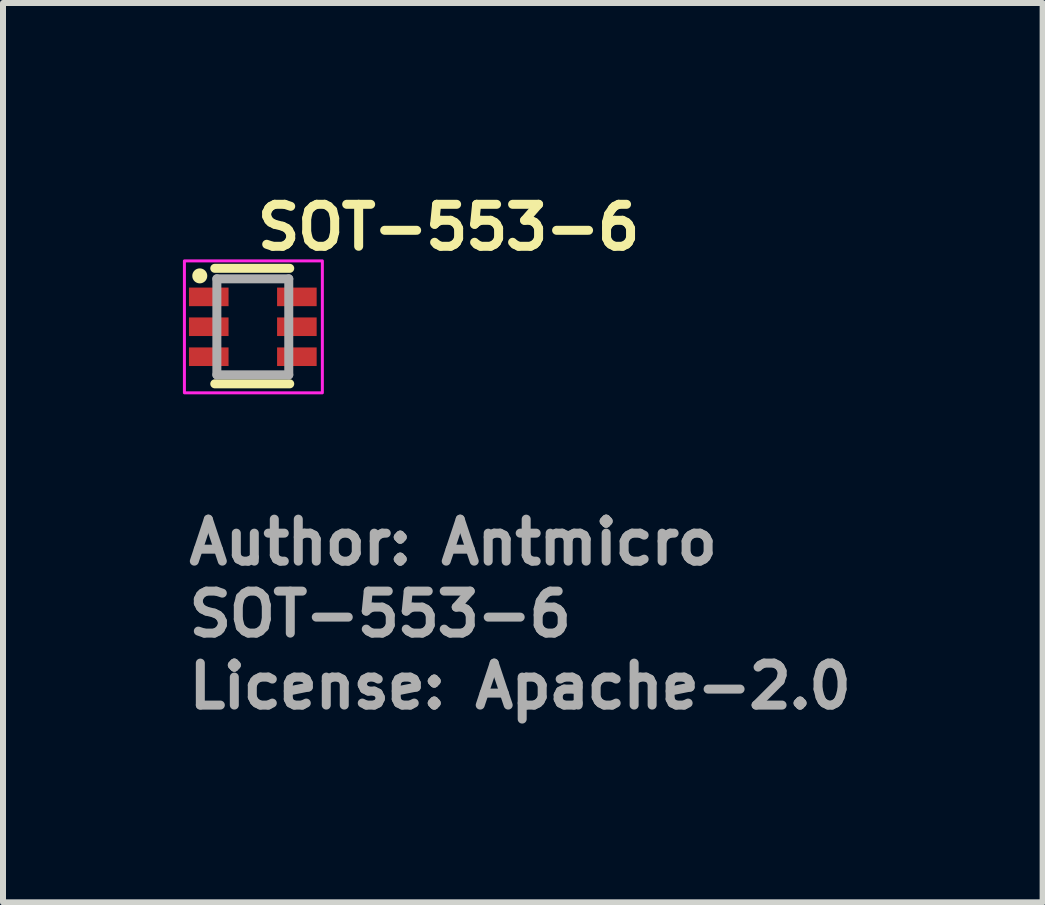
<source format=kicad_pcb>
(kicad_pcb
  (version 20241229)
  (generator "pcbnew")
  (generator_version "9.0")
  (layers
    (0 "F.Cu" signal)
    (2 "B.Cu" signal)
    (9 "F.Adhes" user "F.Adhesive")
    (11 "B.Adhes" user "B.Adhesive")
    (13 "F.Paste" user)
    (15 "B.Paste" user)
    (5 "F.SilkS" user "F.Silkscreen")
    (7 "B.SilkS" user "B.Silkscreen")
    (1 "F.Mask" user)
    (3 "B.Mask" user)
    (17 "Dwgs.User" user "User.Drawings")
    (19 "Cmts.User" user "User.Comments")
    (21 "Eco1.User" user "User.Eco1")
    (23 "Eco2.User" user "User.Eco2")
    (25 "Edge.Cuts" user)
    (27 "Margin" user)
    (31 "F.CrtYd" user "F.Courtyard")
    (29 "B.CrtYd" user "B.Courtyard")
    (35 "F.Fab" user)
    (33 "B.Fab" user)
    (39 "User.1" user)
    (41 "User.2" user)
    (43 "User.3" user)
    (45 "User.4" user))
  (footprint "SOT-553-6"
    (layer "F.Cu")
    (at 1.165 2.4)
    (property "Reference" "SOT-553-6" (at 0 -1.25 0) (layer "F.SilkS") (effects (font (size 0.7 0.7) (thickness 0.15)) (justify left bottom)))
    (attr smd)
    (fp_line (start -0.634 -0.976) (end 0.616 -0.976) (stroke (width 0.15) (type solid)) (layer "F.SilkS"))
    (fp_line (start -0.634 0.95) (end 0.616 0.95) (stroke (width 0.15) (type solid)) (layer "F.SilkS"))
    (fp_circle (center -0.884 -0.85) (end -0.834 -0.85) (stroke (width 0.15) (type solid)) (fill yes) (layer "F.SilkS"))
    (fp_rect (start -1.14 -1.1) (end 1.16 1.1) (stroke (width 0.05) (type solid)) (fill no) (layer "F.CrtYd"))
    (fp_line (start -0.599 -0.801) (end 0.6 -0.801) (stroke (width 0.15) (type solid)) (layer "F.Fab"))
    (fp_line (start -0.599 0.8) (end -0.599 -0.801) (stroke (width 0.15) (type solid)) (layer "F.Fab"))
    (fp_line (start 0.6 -0.801) (end 0.6 0.8) (stroke (width 0.15) (type solid)) (layer "F.Fab"))
    (fp_line (start 0.6 0.8) (end -0.599 0.8) (stroke (width 0.15) (type solid)) (layer "F.Fab"))
    (fp_rect (start -0.801 -0.801) (end 0.8 0.8) (stroke (width 0.1) (type solid)) (fill no) (layer "User.5"))
    (fp_line (start -0.801 -0.605) (end -0.801 -0.396) (stroke (width 0.02) (type solid)) (layer "User.9"))
    (fp_line (start -0.801 -0.396) (end -0.594 -0.396) (stroke (width 0.02) (type solid)) (layer "User.9"))
    (fp_line (start -0.801 -0.105) (end -0.801 0.103) (stroke (width 0.02) (type solid)) (layer "User.9"))
    (fp_line (start -0.801 0.103) (end -0.594 0.103) (stroke (width 0.02) (type solid)) (layer "User.9"))
    (fp_line (start -0.801 0.393) (end -0.801 0.604) (stroke (width 0.02) (type solid)) (layer "User.9"))
    (fp_line (start -0.801 0.604) (end -0.594 0.604) (stroke (width 0.02) (type solid)) (layer "User.9"))
    (fp_line (start -0.599 -0.738) (end -0.599 -0.734) (stroke (width 0.02) (type solid)) (layer "User.9"))
    (fp_line (start -0.599 -0.734) (end -0.599 -0.73) (stroke (width 0.02) (type solid)) (layer "User.9"))
    (fp_line (start -0.599 -0.73) (end -0.599 -0.726) (stroke (width 0.02) (type solid)) (layer "User.9"))
    (fp_line (start -0.599 -0.726) (end -0.599 -0.605) (stroke (width 0.02) (type solid)) (layer "User.9"))
    (fp_line (start -0.599 -0.396) (end -0.599 -0.105) (stroke (width 0.02) (type solid)) (layer "User.9"))
    (fp_line (start -0.599 0.103) (end -0.599 0.393) (stroke (width 0.02) (type solid)) (layer "User.9"))
    (fp_line (start -0.599 0.604) (end -0.599 0.725) (stroke (width 0.02) (type solid)) (layer "User.9"))
    (fp_line (start -0.599 0.725) (end -0.599 0.727) (stroke (width 0.02) (type solid)) (layer "User.9"))
    (fp_line (start -0.599 0.727) (end -0.599 0.731) (stroke (width 0.02) (type solid)) (layer "User.9"))
    (fp_line (start -0.599 0.731) (end -0.599 0.735) (stroke (width 0.02) (type solid)) (layer "User.9"))
    (fp_line (start -0.599 0.735) (end -0.598 0.739) (stroke (width 0.02) (type solid)) (layer "User.9"))
    (fp_line (start -0.598 -0.74) (end -0.599 -0.738) (stroke (width 0.02) (type solid)) (layer "User.9"))
    (fp_line (start -0.598 0.739) (end -0.597 0.743) (stroke (width 0.02) (type solid)) (layer "User.9"))
    (fp_line (start -0.597 -0.744) (end -0.598 -0.74) (stroke (width 0.02) (type solid)) (layer "User.9"))
    (fp_line (start -0.597 0.743) (end -0.596 0.745) (stroke (width 0.02) (type solid)) (layer "User.9"))
    (fp_line (start -0.596 -0.747) (end -0.597 -0.744) (stroke (width 0.02) (type solid)) (layer "User.9"))
    (fp_line (start -0.596 0.745) (end -0.595 0.749) (stroke (width 0.02) (type solid)) (layer "User.9"))
    (fp_line (start -0.595 -0.751) (end -0.596 -0.747) (stroke (width 0.02) (type solid)) (layer "User.9"))
    (fp_line (start -0.595 0.749) (end -0.594 0.753) (stroke (width 0.02) (type solid)) (layer "User.9"))
    (fp_line (start -0.594 -0.754) (end -0.595 -0.751) (stroke (width 0.02) (type solid)) (layer "User.9"))
    (fp_line (start -0.594 -0.605) (end -0.801 -0.605) (stroke (width 0.02) (type solid)) (layer "User.9"))
    (fp_line (start -0.594 -0.605) (end -0.594 -0.396) (stroke (width 0.02) (type solid)) (layer "User.9"))
    (fp_line (start -0.594 -0.105) (end -0.801 -0.105) (stroke (width 0.02) (type solid)) (layer "User.9"))
    (fp_line (start -0.594 -0.105) (end -0.594 0.103) (stroke (width 0.02) (type solid)) (layer "User.9"))
    (fp_line (start -0.594 0.393) (end -0.801 0.393) (stroke (width 0.02) (type solid)) (layer "User.9"))
    (fp_line (start -0.594 0.393) (end -0.594 0.604) (stroke (width 0.02) (type solid)) (layer "User.9"))
    (fp_line (start -0.594 0.753) (end -0.592 0.757) (stroke (width 0.02) (type solid)) (layer "User.9"))
    (fp_line (start -0.592 -0.759) (end -0.594 -0.754) (stroke (width 0.02) (type solid)) (layer "User.9"))
    (fp_line (start -0.592 0.757) (end -0.591 0.759) (stroke (width 0.02) (type solid)) (layer "User.9"))
    (fp_line (start -0.591 -0.762) (end -0.592 -0.759) (stroke (width 0.02) (type solid)) (layer "User.9"))
    (fp_line (start -0.591 0.759) (end -0.59 0.763) (stroke (width 0.02) (type solid)) (layer "User.9"))
    (fp_line (start -0.59 -0.765) (end -0.591 -0.762) (stroke (width 0.02) (type solid)) (layer "User.9"))
    (fp_line (start -0.59 0.763) (end -0.588 0.765) (stroke (width 0.02) (type solid)) (layer "User.9"))
    (fp_line (start -0.588 -0.768) (end -0.59 -0.765) (stroke (width 0.02) (type solid)) (layer "User.9"))
    (fp_line (start -0.588 0.765) (end -0.586 0.769) (stroke (width 0.02) (type solid)) (layer "User.9"))
    (fp_line (start -0.586 -0.771) (end -0.588 -0.768) (stroke (width 0.02) (type solid)) (layer "User.9"))
    (fp_line (start -0.586 0.769) (end -0.584 0.771) (stroke (width 0.02) (type solid)) (layer "User.9"))
    (fp_line (start -0.584 -0.774) (end -0.586 -0.771) (stroke (width 0.02) (type solid)) (layer "User.9"))
    (fp_line (start -0.584 0.771) (end -0.581 0.775) (stroke (width 0.02) (type solid)) (layer "User.9"))
    (fp_line (start -0.581 -0.777) (end -0.584 -0.774) (stroke (width 0.02) (type solid)) (layer "User.9"))
    (fp_line (start -0.581 0.775) (end -0.579 0.777) (stroke (width 0.02) (type solid)) (layer "User.9"))
    (fp_line (start -0.579 -0.78) (end -0.581 -0.777) (stroke (width 0.02) (type solid)) (layer "User.9"))
    (fp_line (start -0.579 -0.78) (end -0.579 -0.78) (stroke (width 0.02) (type solid)) (layer "User.9"))
    (fp_line (start -0.579 0.777) (end -0.579 0.777) (stroke (width 0.02) (type solid)) (layer "User.9"))
    (fp_line (start -0.579 0.777) (end -0.576 0.78) (stroke (width 0.02) (type solid)) (layer "User.9"))
    (fp_line (start -0.576 -0.782) (end -0.579 -0.78) (stroke (width 0.02) (type solid)) (layer "User.9"))
    (fp_line (start -0.576 0.78) (end -0.572 0.782) (stroke (width 0.02) (type solid)) (layer "User.9"))
    (fp_line (start -0.572 -0.785) (end -0.576 -0.782) (stroke (width 0.02) (type solid)) (layer "User.9"))
    (fp_line (start -0.572 0.782) (end -0.569 0.784) (stroke (width 0.02) (type solid)) (layer "User.9"))
    (fp_line (start -0.569 -0.787) (end -0.572 -0.785) (stroke (width 0.02) (type solid)) (layer "User.9"))
    (fp_line (start -0.569 0.784) (end -0.566 0.786) (stroke (width 0.02) (type solid)) (layer "User.9"))
    (fp_line (start -0.566 -0.789) (end -0.569 -0.787) (stroke (width 0.02) (type solid)) (layer "User.9"))
    (fp_line (start -0.566 0.786) (end -0.563 0.788) (stroke (width 0.02) (type solid)) (layer "User.9"))
    (fp_line (start -0.563 -0.79) (end -0.566 -0.789) (stroke (width 0.02) (type solid)) (layer "User.9"))
    (fp_line (start -0.563 0.788) (end -0.561 0.79) (stroke (width 0.02) (type solid)) (layer "User.9"))
    (fp_line (start -0.561 -0.792) (end -0.563 -0.79) (stroke (width 0.02) (type solid)) (layer "User.9"))
    (fp_line (start -0.561 -0.736) (end -0.561 -0.734) (stroke (width 0.02) (type solid)) (layer "User.9"))
    (fp_line (start -0.561 -0.734) (end -0.561 -0.732) (stroke (width 0.02) (type solid)) (layer "User.9"))
    (fp_line (start -0.561 -0.732) (end -0.561 -0.73) (stroke (width 0.02) (type solid)) (layer "User.9"))
    (fp_line (start -0.561 -0.73) (end -0.561 -0.728) (stroke (width 0.02) (type solid)) (layer "User.9"))
    (fp_line (start -0.561 -0.728) (end -0.561 -0.726) (stroke (width 0.02) (type solid)) (layer "User.9"))
    (fp_line (start -0.561 -0.726) (end -0.561 0.725) (stroke (width 0.02) (type solid)) (layer "User.9"))
    (fp_line (start -0.561 0.725) (end -0.561 0.725) (stroke (width 0.02) (type solid)) (layer "User.9"))
    (fp_line (start -0.561 0.725) (end -0.561 0.727) (stroke (width 0.02) (type solid)) (layer "User.9"))
    (fp_line (start -0.561 0.727) (end -0.561 0.729) (stroke (width 0.02) (type solid)) (layer "User.9"))
    (fp_line (start -0.561 0.729) (end -0.561 0.731) (stroke (width 0.02) (type solid)) (layer "User.9"))
    (fp_line (start -0.561 0.731) (end -0.561 0.733) (stroke (width 0.02) (type solid)) (layer "User.9"))
    (fp_line (start -0.561 0.733) (end -0.559 0.735) (stroke (width 0.02) (type solid)) (layer "User.9"))
    (fp_line (start -0.561 0.79) (end -0.559 0.792) (stroke (width 0.02) (type solid)) (layer "User.9"))
    (fp_line (start -0.559 -0.793) (end -0.561 -0.792) (stroke (width 0.02) (type solid)) (layer "User.9"))
    (fp_line (start -0.559 -0.743) (end -0.559 -0.741) (stroke (width 0.02) (type solid)) (layer "User.9"))
    (fp_line (start -0.559 -0.741) (end -0.559 -0.74) (stroke (width 0.02) (type solid)) (layer "User.9"))
    (fp_line (start -0.559 -0.74) (end -0.559 -0.739) (stroke (width 0.02) (type solid)) (layer "User.9"))
    (fp_line (start -0.559 -0.739) (end -0.559 -0.737) (stroke (width 0.02) (type solid)) (layer "User.9"))
    (fp_line (start -0.559 -0.737) (end -0.561 -0.736) (stroke (width 0.02) (type solid)) (layer "User.9"))
    (fp_line (start -0.559 0.735) (end -0.559 0.737) (stroke (width 0.02) (type solid)) (layer "User.9"))
    (fp_line (start -0.559 0.737) (end -0.559 0.739) (stroke (width 0.02) (type solid)) (layer "User.9"))
    (fp_line (start -0.559 0.739) (end -0.559 0.739) (stroke (width 0.02) (type solid)) (layer "User.9"))
    (fp_line (start -0.559 0.739) (end -0.559 0.741) (stroke (width 0.02) (type solid)) (layer "User.9"))
    (fp_line (start -0.559 0.741) (end -0.557 0.743) (stroke (width 0.02) (type solid)) (layer "User.9"))
    (fp_line (start -0.559 0.792) (end -0.555 0.794) (stroke (width 0.02) (type solid)) (layer "User.9"))
    (fp_line (start -0.557 -0.746) (end -0.557 -0.744) (stroke (width 0.02) (type solid)) (layer "User.9"))
    (fp_line (start -0.557 -0.744) (end -0.559 -0.743) (stroke (width 0.02) (type solid)) (layer "User.9"))
    (fp_line (start -0.557 0.743) (end -0.557 0.745) (stroke (width 0.02) (type solid)) (layer "User.9"))
    (fp_line (start -0.557 0.745) (end -0.555 0.745) (stroke (width 0.02) (type solid)) (layer "User.9"))
    (fp_line (start -0.555 -0.795) (end -0.559 -0.793) (stroke (width 0.02) (type solid)) (layer "User.9"))
    (fp_line (start -0.555 -0.749) (end -0.555 -0.747) (stroke (width 0.02) (type solid)) (layer "User.9"))
    (fp_line (start -0.555 -0.747) (end -0.557 -0.746) (stroke (width 0.02) (type solid)) (layer "User.9"))
    (fp_line (start -0.555 0.745) (end -0.555 0.747) (stroke (width 0.02) (type solid)) (layer "User.9"))
    (fp_line (start -0.555 0.747) (end -0.553 0.749) (stroke (width 0.02) (type solid)) (layer "User.9"))
    (fp_line (start -0.555 0.794) (end -0.551 0.794) (stroke (width 0.02) (type solid)) (layer "User.9"))
    (fp_line (start -0.553 -0.75) (end -0.555 -0.749) (stroke (width 0.02) (type solid)) (layer "User.9"))
    (fp_line (start -0.553 0.749) (end -0.551 0.749) (stroke (width 0.02) (type solid)) (layer "User.9"))
    (fp_line (start -0.551 -0.796) (end -0.555 -0.795) (stroke (width 0.02) (type solid)) (layer "User.9"))
    (fp_line (start -0.551 -0.753) (end -0.551 -0.751) (stroke (width 0.02) (type solid)) (layer "User.9"))
    (fp_line (start -0.551 -0.751) (end -0.553 -0.75) (stroke (width 0.02) (type solid)) (layer "User.9"))
    (fp_line (start -0.551 0.749) (end -0.551 0.751) (stroke (width 0.02) (type solid)) (layer "User.9"))
    (fp_line (start -0.551 0.751) (end -0.549 0.753) (stroke (width 0.02) (type solid)) (layer "User.9"))
    (fp_line (start -0.551 0.794) (end -0.547 0.796) (stroke (width 0.02) (type solid)) (layer "User.9"))
    (fp_line (start -0.549 -0.754) (end -0.551 -0.753) (stroke (width 0.02) (type solid)) (layer "User.9"))
    (fp_line (start -0.549 0.753) (end -0.547 0.753) (stroke (width 0.02) (type solid)) (layer "User.9"))
    (fp_line (start -0.547 -0.797) (end -0.551 -0.796) (stroke (width 0.02) (type solid)) (layer "User.9"))
    (fp_line (start -0.547 -0.756) (end -0.547 -0.755) (stroke (width 0.02) (type solid)) (layer "User.9"))
    (fp_line (start -0.547 -0.755) (end -0.549 -0.754) (stroke (width 0.02) (type solid)) (layer "User.9"))
    (fp_line (start -0.547 0.753) (end -0.547 0.755) (stroke (width 0.02) (type solid)) (layer "User.9"))
    (fp_line (start -0.547 0.755) (end -0.545 0.755) (stroke (width 0.02) (type solid)) (layer "User.9"))
    (fp_line (start -0.547 0.796) (end -0.545 0.796) (stroke (width 0.02) (type solid)) (layer "User.9"))
    (fp_line (start -0.545 -0.798) (end -0.547 -0.797) (stroke (width 0.02) (type solid)) (layer "User.9"))
    (fp_line (start -0.545 -0.758) (end -0.547 -0.756) (stroke (width 0.02) (type solid)) (layer "User.9"))
    (fp_line (start -0.545 0.755) (end -0.543 0.757) (stroke (width 0.02) (type solid)) (layer "User.9"))
    (fp_line (start -0.545 0.796) (end -0.539 0.798) (stroke (width 0.02) (type solid)) (layer "User.9"))
    (fp_line (start -0.543 -0.759) (end -0.545 -0.758) (stroke (width 0.02) (type solid)) (layer "User.9"))
    (fp_line (start -0.543 0.757) (end -0.541 0.757) (stroke (width 0.02) (type solid)) (layer "User.9"))
    (fp_line (start -0.541 -0.759) (end -0.543 -0.759) (stroke (width 0.02) (type solid)) (layer "User.9"))
    (fp_line (start -0.541 0.757) (end -0.539 0.757) (stroke (width 0.02) (type solid)) (layer "User.9"))
    (fp_line (start -0.539 -0.799) (end -0.545 -0.798) (stroke (width 0.02) (type solid)) (layer "User.9"))
    (fp_line (start -0.539 -0.76) (end -0.541 -0.759) (stroke (width 0.02) (type solid)) (layer "User.9"))
    (fp_line (start -0.539 0.757) (end -0.537 0.759) (stroke (width 0.02) (type solid)) (layer "User.9"))
    (fp_line (start -0.539 0.798) (end -0.537 0.798) (stroke (width 0.02) (type solid)) (layer "User.9"))
    (fp_line (start -0.537 -0.8) (end -0.539 -0.799) (stroke (width 0.02) (type solid)) (layer "User.9"))
    (fp_line (start -0.537 -0.761) (end -0.539 -0.76) (stroke (width 0.02) (type solid)) (layer "User.9"))
    (fp_line (start -0.537 0.759) (end -0.535 0.759) (stroke (width 0.02) (type solid)) (layer "User.9"))
    (fp_line (start -0.537 0.798) (end -0.533 0.798) (stroke (width 0.02) (type solid)) (layer "User.9"))
    (fp_line (start -0.535 -0.762) (end -0.535 -0.761) (stroke (width 0.02) (type solid)) (layer "User.9"))
    (fp_line (start -0.535 -0.761) (end -0.537 -0.761) (stroke (width 0.02) (type solid)) (layer "User.9"))
    (fp_line (start -0.535 0.759) (end -0.535 0.759) (stroke (width 0.02) (type solid)) (layer "User.9"))
    (fp_line (start -0.535 0.759) (end -0.533 0.759) (stroke (width 0.02) (type solid)) (layer "User.9"))
    (fp_line (start -0.533 -0.8) (end -0.537 -0.8) (stroke (width 0.02) (type solid)) (layer "User.9"))
    (fp_line (start -0.533 -0.762) (end -0.535 -0.762) (stroke (width 0.02) (type solid)) (layer "User.9"))
    (fp_line (start -0.533 0.759) (end -0.531 0.761) (stroke (width 0.02) (type solid)) (layer "User.9"))
    (fp_line (start -0.533 0.798) (end -0.529 0.798) (stroke (width 0.02) (type solid)) (layer "User.9"))
    (fp_line (start -0.531 -0.763) (end -0.533 -0.762) (stroke (width 0.02) (type solid)) (layer "User.9"))
    (fp_line (start -0.531 0.761) (end -0.529 0.761) (stroke (width 0.02) (type solid)) (layer "User.9"))
    (fp_line (start -0.529 -0.8) (end -0.533 -0.8) (stroke (width 0.02) (type solid)) (layer "User.9"))
    (fp_line (start -0.529 -0.763) (end -0.531 -0.763) (stroke (width 0.02) (type solid)) (layer "User.9"))
    (fp_line (start -0.529 0.761) (end -0.527 0.761) (stroke (width 0.02) (type solid)) (layer "User.9"))
    (fp_line (start -0.529 0.798) (end -0.527 0.8) (stroke (width 0.02) (type solid)) (layer "User.9"))
    (fp_line (start -0.527 -0.801) (end -0.529 -0.8) (stroke (width 0.02) (type solid)) (layer "User.9"))
    (fp_line (start -0.527 -0.763) (end -0.529 -0.763) (stroke (width 0.02) (type solid)) (layer "User.9"))
    (fp_line (start -0.527 -0.763) (end -0.527 -0.763) (stroke (width 0.02) (type solid)) (layer "User.9"))
    (fp_line (start -0.527 0.761) (end -0.527 0.761) (stroke (width 0.02) (type solid)) (layer "User.9"))
    (fp_line (start -0.527 0.761) (end 0.524 0.761) (stroke (width 0.02) (type solid)) (layer "User.9"))
    (fp_line (start -0.527 0.8) (end 0.524 0.8) (stroke (width 0.02) (type solid)) (layer "User.9"))
    (fp_line (start -0.467 -0.61) (end -0.467 -0.606) (stroke (width 0.02) (type solid)) (layer "User.9"))
    (fp_line (start -0.467 -0.61) (end -0.467 -0.606) (stroke (width 0.02) (type solid)) (layer "User.9"))
    (fp_line (start -0.467 -0.606) (end -0.467 -0.603) (stroke (width 0.02) (type solid)) (layer "User.9"))
    (fp_line (start -0.467 -0.606) (end -0.467 -0.603) (stroke (width 0.02) (type solid)) (layer "User.9"))
    (fp_line (start -0.467 -0.603) (end -0.466 -0.599) (stroke (width 0.02) (type solid)) (layer "User.9"))
    (fp_line (start -0.467 -0.603) (end -0.466 -0.599) (stroke (width 0.02) (type solid)) (layer "User.9"))
    (fp_line (start -0.466 -0.62) (end -0.466 -0.616) (stroke (width 0.02) (type solid)) (layer "User.9"))
    (fp_line (start -0.466 -0.62) (end -0.466 -0.616) (stroke (width 0.02) (type solid)) (layer "User.9"))
    (fp_line (start -0.466 -0.616) (end -0.467 -0.61) (stroke (width 0.02) (type solid)) (layer "User.9"))
    (fp_line (start -0.466 -0.616) (end -0.467 -0.61) (stroke (width 0.02) (type solid)) (layer "User.9"))
    (fp_line (start -0.466 -0.599) (end -0.466 -0.594) (stroke (width 0.02) (type solid)) (layer "User.9"))
    (fp_line (start -0.466 -0.599) (end -0.466 -0.594) (stroke (width 0.02) (type solid)) (layer "User.9"))
    (fp_line (start -0.466 -0.594) (end -0.465 -0.59) (stroke (width 0.02) (type solid)) (layer "User.9"))
    (fp_line (start -0.466 -0.594) (end -0.465 -0.59) (stroke (width 0.02) (type solid)) (layer "User.9"))
    (fp_line (start -0.465 -0.623) (end -0.466 -0.62) (stroke (width 0.02) (type solid)) (layer "User.9"))
    (fp_line (start -0.465 -0.623) (end -0.466 -0.62) (stroke (width 0.02) (type solid)) (layer "User.9"))
    (fp_line (start -0.465 -0.59) (end -0.464 -0.587) (stroke (width 0.02) (type solid)) (layer "User.9"))
    (fp_line (start -0.465 -0.59) (end -0.464 -0.587) (stroke (width 0.02) (type solid)) (layer "User.9"))
    (fp_line (start -0.464 -0.627) (end -0.465 -0.623) (stroke (width 0.02) (type solid)) (layer "User.9"))
    (fp_line (start -0.464 -0.627) (end -0.465 -0.623) (stroke (width 0.02) (type solid)) (layer "User.9"))
    (fp_line (start -0.464 -0.587) (end -0.462 -0.583) (stroke (width 0.02) (type solid)) (layer "User.9"))
    (fp_line (start -0.464 -0.587) (end -0.462 -0.583) (stroke (width 0.02) (type solid)) (layer "User.9"))
    (fp_line (start -0.462 -0.632) (end -0.464 -0.627) (stroke (width 0.02) (type solid)) (layer "User.9"))
    (fp_line (start -0.462 -0.632) (end -0.464 -0.627) (stroke (width 0.02) (type solid)) (layer "User.9"))
    (fp_line (start -0.462 -0.583) (end -0.46 -0.578) (stroke (width 0.02) (type solid)) (layer "User.9"))
    (fp_line (start -0.462 -0.583) (end -0.46 -0.578) (stroke (width 0.02) (type solid)) (layer "User.9"))
    (fp_line (start -0.46 -0.635) (end -0.462 -0.632) (stroke (width 0.02) (type solid)) (layer "User.9"))
    (fp_line (start -0.46 -0.635) (end -0.462 -0.632) (stroke (width 0.02) (type solid)) (layer "User.9"))
    (fp_line (start -0.46 -0.578) (end -0.458 -0.574) (stroke (width 0.02) (type solid)) (layer "User.9"))
    (fp_line (start -0.46 -0.578) (end -0.458 -0.574) (stroke (width 0.02) (type solid)) (layer "User.9"))
    (fp_line (start -0.458 -0.639) (end -0.46 -0.635) (stroke (width 0.02) (type solid)) (layer "User.9"))
    (fp_line (start -0.458 -0.639) (end -0.46 -0.635) (stroke (width 0.02) (type solid)) (layer "User.9"))
    (fp_line (start -0.458 -0.639) (end -0.458 -0.639) (stroke (width 0.02) (type solid)) (layer "User.9"))
    (fp_line (start -0.458 -0.639) (end -0.458 -0.639) (stroke (width 0.02) (type solid)) (layer "User.9"))
    (fp_line (start -0.458 -0.574) (end -0.458 -0.574) (stroke (width 0.02) (type solid)) (layer "User.9"))
    (fp_line (start -0.458 -0.574) (end -0.458 -0.574) (stroke (width 0.02) (type solid)) (layer "User.9"))
    (fp_line (start -0.458 -0.574) (end -0.457 -0.573) (stroke (width 0.02) (type solid)) (layer "User.9"))
    (fp_line (start -0.458 -0.574) (end -0.457 -0.573) (stroke (width 0.02) (type solid)) (layer "User.9"))
    (fp_line (start -0.457 -0.573) (end -0.456 -0.572) (stroke (width 0.02) (type solid)) (layer "User.9"))
    (fp_line (start -0.457 -0.573) (end -0.456 -0.572) (stroke (width 0.02) (type solid)) (layer "User.9"))
    (fp_line (start -0.456 -0.643) (end -0.458 -0.639) (stroke (width 0.02) (type solid)) (layer "User.9"))
    (fp_line (start -0.456 -0.643) (end -0.458 -0.639) (stroke (width 0.02) (type solid)) (layer "User.9"))
    (fp_line (start -0.456 -0.572) (end -0.455 -0.57) (stroke (width 0.02) (type solid)) (layer "User.9"))
    (fp_line (start -0.456 -0.572) (end -0.455 -0.57) (stroke (width 0.02) (type solid)) (layer "User.9"))
    (fp_line (start -0.455 -0.57) (end -0.454 -0.568) (stroke (width 0.02) (type solid)) (layer "User.9"))
    (fp_line (start -0.455 -0.57) (end -0.454 -0.568) (stroke (width 0.02) (type solid)) (layer "User.9"))
    (fp_line (start -0.454 -0.645) (end -0.456 -0.643) (stroke (width 0.02) (type solid)) (layer "User.9"))
    (fp_line (start -0.454 -0.645) (end -0.456 -0.643) (stroke (width 0.02) (type solid)) (layer "User.9"))
    (fp_line (start -0.454 -0.568) (end -0.453 -0.567) (stroke (width 0.02) (type solid)) (layer "User.9"))
    (fp_line (start -0.454 -0.568) (end -0.453 -0.567) (stroke (width 0.02) (type solid)) (layer "User.9"))
    (fp_line (start -0.453 -0.567) (end -0.452 -0.564) (stroke (width 0.02) (type solid)) (layer "User.9"))
    (fp_line (start -0.453 -0.567) (end -0.452 -0.564) (stroke (width 0.02) (type solid)) (layer "User.9"))
    (fp_line (start -0.452 -0.648) (end -0.454 -0.645) (stroke (width 0.02) (type solid)) (layer "User.9"))
    (fp_line (start -0.452 -0.648) (end -0.454 -0.645) (stroke (width 0.02) (type solid)) (layer "User.9"))
    (fp_line (start -0.452 -0.564) (end -0.451 -0.563) (stroke (width 0.02) (type solid)) (layer "User.9"))
    (fp_line (start -0.452 -0.564) (end -0.451 -0.563) (stroke (width 0.02) (type solid)) (layer "User.9"))
    (fp_line (start -0.451 -0.563) (end -0.448 -0.561) (stroke (width 0.02) (type solid)) (layer "User.9"))
    (fp_line (start -0.451 -0.563) (end -0.448 -0.561) (stroke (width 0.02) (type solid)) (layer "User.9"))
    (fp_line (start -0.448 -0.651) (end -0.452 -0.648) (stroke (width 0.02) (type solid)) (layer "User.9"))
    (fp_line (start -0.448 -0.651) (end -0.452 -0.648) (stroke (width 0.02) (type solid)) (layer "User.9"))
    (fp_line (start -0.448 -0.561) (end -0.447 -0.56) (stroke (width 0.02) (type solid)) (layer "User.9"))
    (fp_line (start -0.448 -0.561) (end -0.447 -0.56) (stroke (width 0.02) (type solid)) (layer "User.9"))
    (fp_line (start -0.447 -0.56) (end -0.446 -0.559) (stroke (width 0.02) (type solid)) (layer "User.9"))
    (fp_line (start -0.447 -0.56) (end -0.446 -0.559) (stroke (width 0.02) (type solid)) (layer "User.9"))
    (fp_line (start -0.446 -0.654) (end -0.448 -0.651) (stroke (width 0.02) (type solid)) (layer "User.9"))
    (fp_line (start -0.446 -0.654) (end -0.448 -0.651) (stroke (width 0.02) (type solid)) (layer "User.9"))
    (fp_line (start -0.446 -0.559) (end -0.445 -0.558) (stroke (width 0.02) (type solid)) (layer "User.9"))
    (fp_line (start -0.446 -0.559) (end -0.445 -0.558) (stroke (width 0.02) (type solid)) (layer "User.9"))
    (fp_line (start -0.445 -0.558) (end -0.443 -0.556) (stroke (width 0.02) (type solid)) (layer "User.9"))
    (fp_line (start -0.445 -0.558) (end -0.443 -0.556) (stroke (width 0.02) (type solid)) (layer "User.9"))
    (fp_line (start -0.443 -0.657) (end -0.446 -0.654) (stroke (width 0.02) (type solid)) (layer "User.9"))
    (fp_line (start -0.443 -0.657) (end -0.446 -0.654) (stroke (width 0.02) (type solid)) (layer "User.9"))
    (fp_line (start -0.443 -0.556) (end -0.441 -0.554) (stroke (width 0.02) (type solid)) (layer "User.9"))
    (fp_line (start -0.443 -0.556) (end -0.441 -0.554) (stroke (width 0.02) (type solid)) (layer "User.9"))
    (fp_line (start -0.441 -0.554) (end -0.44 -0.553) (stroke (width 0.02) (type solid)) (layer "User.9"))
    (fp_line (start -0.441 -0.554) (end -0.44 -0.553) (stroke (width 0.02) (type solid)) (layer "User.9"))
    (fp_line (start -0.44 -0.659) (end -0.443 -0.657) (stroke (width 0.02) (type solid)) (layer "User.9"))
    (fp_line (start -0.44 -0.659) (end -0.443 -0.657) (stroke (width 0.02) (type solid)) (layer "User.9"))
    (fp_line (start -0.44 -0.553) (end -0.438 -0.553) (stroke (width 0.02) (type solid)) (layer "User.9"))
    (fp_line (start -0.44 -0.553) (end -0.438 -0.553) (stroke (width 0.02) (type solid)) (layer "User.9"))
    (fp_line (start -0.438 -0.553) (end -0.436 -0.552) (stroke (width 0.02) (type solid)) (layer "User.9"))
    (fp_line (start -0.438 -0.553) (end -0.436 -0.552) (stroke (width 0.02) (type solid)) (layer "User.9"))
    (fp_line (start -0.436 -0.662) (end -0.44 -0.659) (stroke (width 0.02) (type solid)) (layer "User.9"))
    (fp_line (start -0.436 -0.662) (end -0.44 -0.659) (stroke (width 0.02) (type solid)) (layer "User.9"))
    (fp_line (start -0.436 -0.552) (end -0.434 -0.551) (stroke (width 0.02) (type solid)) (layer "User.9"))
    (fp_line (start -0.436 -0.552) (end -0.434 -0.551) (stroke (width 0.02) (type solid)) (layer "User.9"))
    (fp_line (start -0.434 -0.551) (end -0.432 -0.55) (stroke (width 0.02) (type solid)) (layer "User.9"))
    (fp_line (start -0.434 -0.551) (end -0.432 -0.55) (stroke (width 0.02) (type solid)) (layer "User.9"))
    (fp_line (start -0.432 -0.664) (end -0.436 -0.662) (stroke (width 0.02) (type solid)) (layer "User.9"))
    (fp_line (start -0.432 -0.664) (end -0.436 -0.662) (stroke (width 0.02) (type solid)) (layer "User.9"))
    (fp_line (start -0.432 -0.55) (end -0.431 -0.548) (stroke (width 0.02) (type solid)) (layer "User.9"))
    (fp_line (start -0.432 -0.55) (end -0.431 -0.548) (stroke (width 0.02) (type solid)) (layer "User.9"))
    (fp_line (start -0.431 -0.548) (end -0.429 -0.547) (stroke (width 0.02) (type solid)) (layer "User.9"))
    (fp_line (start -0.431 -0.548) (end -0.429 -0.547) (stroke (width 0.02) (type solid)) (layer "User.9"))
    (fp_line (start -0.429 -0.666) (end -0.432 -0.664) (stroke (width 0.02) (type solid)) (layer "User.9"))
    (fp_line (start -0.429 -0.666) (end -0.432 -0.664) (stroke (width 0.02) (type solid)) (layer "User.9"))
    (fp_line (start -0.429 -0.547) (end -0.427 -0.547) (stroke (width 0.02) (type solid)) (layer "User.9"))
    (fp_line (start -0.429 -0.547) (end -0.427 -0.547) (stroke (width 0.02) (type solid)) (layer "User.9"))
    (fp_line (start -0.427 -0.547) (end -0.425 -0.546) (stroke (width 0.02) (type solid)) (layer "User.9"))
    (fp_line (start -0.427 -0.547) (end -0.425 -0.546) (stroke (width 0.02) (type solid)) (layer "User.9"))
    (fp_line (start -0.425 -0.668) (end -0.429 -0.666) (stroke (width 0.02) (type solid)) (layer "User.9"))
    (fp_line (start -0.425 -0.668) (end -0.429 -0.666) (stroke (width 0.02) (type solid)) (layer "User.9"))
    (fp_line (start -0.425 -0.546) (end -0.423 -0.545) (stroke (width 0.02) (type solid)) (layer "User.9"))
    (fp_line (start -0.425 -0.546) (end -0.423 -0.545) (stroke (width 0.02) (type solid)) (layer "User.9"))
    (fp_line (start -0.423 -0.545) (end -0.421 -0.545) (stroke (width 0.02) (type solid)) (layer "User.9"))
    (fp_line (start -0.423 -0.545) (end -0.421 -0.545) (stroke (width 0.02) (type solid)) (layer "User.9"))
    (fp_line (start -0.421 -0.669) (end -0.425 -0.668) (stroke (width 0.02) (type solid)) (layer "User.9"))
    (fp_line (start -0.421 -0.669) (end -0.425 -0.668) (stroke (width 0.02) (type solid)) (layer "User.9"))
    (fp_line (start -0.421 -0.545) (end -0.419 -0.544) (stroke (width 0.02) (type solid)) (layer "User.9"))
    (fp_line (start -0.421 -0.545) (end -0.419 -0.544) (stroke (width 0.02) (type solid)) (layer "User.9"))
    (fp_line (start -0.419 -0.544) (end -0.417 -0.544) (stroke (width 0.02) (type solid)) (layer "User.9"))
    (fp_line (start -0.419 -0.544) (end -0.417 -0.544) (stroke (width 0.02) (type solid)) (layer "User.9"))
    (fp_line (start -0.417 -0.67) (end -0.421 -0.669) (stroke (width 0.02) (type solid)) (layer "User.9"))
    (fp_line (start -0.417 -0.67) (end -0.421 -0.669) (stroke (width 0.02) (type solid)) (layer "User.9"))
    (fp_line (start -0.417 -0.544) (end -0.414 -0.544) (stroke (width 0.02) (type solid)) (layer "User.9"))
    (fp_line (start -0.417 -0.544) (end -0.414 -0.544) (stroke (width 0.02) (type solid)) (layer "User.9"))
    (fp_line (start -0.414 -0.544) (end -0.412 -0.544) (stroke (width 0.02) (type solid)) (layer "User.9"))
    (fp_line (start -0.414 -0.544) (end -0.412 -0.544) (stroke (width 0.02) (type solid)) (layer "User.9"))
    (fp_line (start -0.412 -0.67) (end -0.417 -0.67) (stroke (width 0.02) (type solid)) (layer "User.9"))
    (fp_line (start -0.412 -0.67) (end -0.417 -0.67) (stroke (width 0.02) (type solid)) (layer "User.9"))
    (fp_line (start -0.412 -0.544) (end -0.41 -0.544) (stroke (width 0.02) (type solid)) (layer "User.9"))
    (fp_line (start -0.412 -0.544) (end -0.41 -0.544) (stroke (width 0.02) (type solid)) (layer "User.9"))
    (fp_line (start -0.41 -0.544) (end -0.407 -0.544) (stroke (width 0.02) (type solid)) (layer "User.9"))
    (fp_line (start -0.41 -0.544) (end -0.407 -0.544) (stroke (width 0.02) (type solid)) (layer "User.9"))
    (fp_line (start -0.407 -0.671) (end -0.412 -0.67) (stroke (width 0.02) (type solid)) (layer "User.9"))
    (fp_line (start -0.407 -0.671) (end -0.412 -0.67) (stroke (width 0.02) (type solid)) (layer "User.9"))
    (fp_line (start -0.407 -0.544) (end -0.405 -0.544) (stroke (width 0.02) (type solid)) (layer "User.9"))
    (fp_line (start -0.407 -0.544) (end -0.405 -0.544) (stroke (width 0.02) (type solid)) (layer "User.9"))
    (fp_line (start -0.405 -0.544) (end -0.403 -0.544) (stroke (width 0.02) (type solid)) (layer "User.9"))
    (fp_line (start -0.405 -0.544) (end -0.403 -0.544) (stroke (width 0.02) (type solid)) (layer "User.9"))
    (fp_line (start -0.403 -0.671) (end -0.407 -0.671) (stroke (width 0.02) (type solid)) (layer "User.9"))
    (fp_line (start -0.403 -0.671) (end -0.407 -0.671) (stroke (width 0.02) (type solid)) (layer "User.9"))
    (fp_line (start -0.403 -0.544) (end -0.399 -0.544) (stroke (width 0.02) (type solid)) (layer "User.9"))
    (fp_line (start -0.403 -0.544) (end -0.399 -0.544) (stroke (width 0.02) (type solid)) (layer "User.9"))
    (fp_line (start -0.401 -0.671) (end -0.403 -0.671) (stroke (width 0.02) (type solid)) (layer "User.9"))
    (fp_line (start -0.401 -0.671) (end -0.403 -0.671) (stroke (width 0.02) (type solid)) (layer "User.9"))
    (fp_line (start -0.399 -0.671) (end -0.401 -0.671) (stroke (width 0.02) (type solid)) (layer "User.9"))
    (fp_line (start -0.399 -0.671) (end -0.401 -0.671) (stroke (width 0.02) (type solid)) (layer "User.9"))
    (fp_line (start -0.399 -0.544) (end -0.395 -0.544) (stroke (width 0.02) (type solid)) (layer "User.9"))
    (fp_line (start -0.399 -0.544) (end -0.395 -0.544) (stroke (width 0.02) (type solid)) (layer "User.9"))
    (fp_line (start -0.397 -0.671) (end -0.399 -0.671) (stroke (width 0.02) (type solid)) (layer "User.9"))
    (fp_line (start -0.397 -0.671) (end -0.399 -0.671) (stroke (width 0.02) (type solid)) (layer "User.9"))
    (fp_line (start -0.395 -0.67) (end -0.397 -0.671) (stroke (width 0.02) (type solid)) (layer "User.9"))
    (fp_line (start -0.395 -0.67) (end -0.397 -0.671) (stroke (width 0.02) (type solid)) (layer "User.9"))
    (fp_line (start -0.395 -0.544) (end -0.391 -0.544) (stroke (width 0.02) (type solid)) (layer "User.9"))
    (fp_line (start -0.395 -0.544) (end -0.391 -0.544) (stroke (width 0.02) (type solid)) (layer "User.9"))
    (fp_line (start -0.393 -0.67) (end -0.395 -0.67) (stroke (width 0.02) (type solid)) (layer "User.9"))
    (fp_line (start -0.393 -0.67) (end -0.395 -0.67) (stroke (width 0.02) (type solid)) (layer "User.9"))
    (fp_line (start -0.391 -0.67) (end -0.393 -0.67) (stroke (width 0.02) (type solid)) (layer "User.9"))
    (fp_line (start -0.391 -0.67) (end -0.393 -0.67) (stroke (width 0.02) (type solid)) (layer "User.9"))
    (fp_line (start -0.391 -0.544) (end -0.388 -0.545) (stroke (width 0.02) (type solid)) (layer "User.9"))
    (fp_line (start -0.391 -0.544) (end -0.388 -0.545) (stroke (width 0.02) (type solid)) (layer "User.9"))
    (fp_line (start -0.39 -0.669) (end -0.391 -0.67) (stroke (width 0.02) (type solid)) (layer "User.9"))
    (fp_line (start -0.39 -0.669) (end -0.391 -0.67) (stroke (width 0.02) (type solid)) (layer "User.9"))
    (fp_line (start -0.388 -0.669) (end -0.39 -0.669) (stroke (width 0.02) (type solid)) (layer "User.9"))
    (fp_line (start -0.388 -0.669) (end -0.39 -0.669) (stroke (width 0.02) (type solid)) (layer "User.9"))
    (fp_line (start -0.388 -0.545) (end -0.383 -0.546) (stroke (width 0.02) (type solid)) (layer "User.9"))
    (fp_line (start -0.388 -0.545) (end -0.383 -0.546) (stroke (width 0.02) (type solid)) (layer "User.9"))
    (fp_line (start -0.386 -0.668) (end -0.388 -0.669) (stroke (width 0.02) (type solid)) (layer "User.9"))
    (fp_line (start -0.386 -0.668) (end -0.388 -0.669) (stroke (width 0.02) (type solid)) (layer "User.9"))
    (fp_line (start -0.383 -0.668) (end -0.386 -0.668) (stroke (width 0.02) (type solid)) (layer "User.9"))
    (fp_line (start -0.383 -0.668) (end -0.386 -0.668) (stroke (width 0.02) (type solid)) (layer "User.9"))
    (fp_line (start -0.383 -0.546) (end -0.38 -0.547) (stroke (width 0.02) (type solid)) (layer "User.9"))
    (fp_line (start -0.383 -0.546) (end -0.38 -0.547) (stroke (width 0.02) (type solid)) (layer "User.9"))
    (fp_line (start -0.382 -0.667) (end -0.383 -0.668) (stroke (width 0.02) (type solid)) (layer "User.9"))
    (fp_line (start -0.382 -0.667) (end -0.383 -0.668) (stroke (width 0.02) (type solid)) (layer "User.9"))
    (fp_line (start -0.38 -0.666) (end -0.382 -0.667) (stroke (width 0.02) (type solid)) (layer "User.9"))
    (fp_line (start -0.38 -0.666) (end -0.382 -0.667) (stroke (width 0.02) (type solid)) (layer "User.9"))
    (fp_line (start -0.38 -0.547) (end -0.376 -0.55) (stroke (width 0.02) (type solid)) (layer "User.9"))
    (fp_line (start -0.38 -0.547) (end -0.376 -0.55) (stroke (width 0.02) (type solid)) (layer "User.9"))
    (fp_line (start -0.378 -0.665) (end -0.38 -0.666) (stroke (width 0.02) (type solid)) (layer "User.9"))
    (fp_line (start -0.378 -0.665) (end -0.38 -0.666) (stroke (width 0.02) (type solid)) (layer "User.9"))
    (fp_line (start -0.376 -0.664) (end -0.378 -0.665) (stroke (width 0.02) (type solid)) (layer "User.9"))
    (fp_line (start -0.376 -0.664) (end -0.378 -0.665) (stroke (width 0.02) (type solid)) (layer "User.9"))
    (fp_line (start -0.376 -0.55) (end -0.372 -0.552) (stroke (width 0.02) (type solid)) (layer "User.9"))
    (fp_line (start -0.376 -0.55) (end -0.372 -0.552) (stroke (width 0.02) (type solid)) (layer "User.9"))
    (fp_line (start -0.374 -0.663) (end -0.376 -0.664) (stroke (width 0.02) (type solid)) (layer "User.9"))
    (fp_line (start -0.374 -0.663) (end -0.376 -0.664) (stroke (width 0.02) (type solid)) (layer "User.9"))
    (fp_line (start -0.372 -0.662) (end -0.374 -0.663) (stroke (width 0.02) (type solid)) (layer "User.9"))
    (fp_line (start -0.372 -0.662) (end -0.374 -0.663) (stroke (width 0.02) (type solid)) (layer "User.9"))
    (fp_line (start -0.372 -0.552) (end -0.369 -0.553) (stroke (width 0.02) (type solid)) (layer "User.9"))
    (fp_line (start -0.372 -0.552) (end -0.369 -0.553) (stroke (width 0.02) (type solid)) (layer "User.9"))
    (fp_line (start -0.371 -0.66) (end -0.372 -0.662) (stroke (width 0.02) (type solid)) (layer "User.9"))
    (fp_line (start -0.371 -0.66) (end -0.372 -0.662) (stroke (width 0.02) (type solid)) (layer "User.9"))
    (fp_line (start -0.369 -0.659) (end -0.371 -0.66) (stroke (width 0.02) (type solid)) (layer "User.9"))
    (fp_line (start -0.369 -0.659) (end -0.371 -0.66) (stroke (width 0.02) (type solid)) (layer "User.9"))
    (fp_line (start -0.369 -0.553) (end -0.365 -0.556) (stroke (width 0.02) (type solid)) (layer "User.9"))
    (fp_line (start -0.369 -0.553) (end -0.365 -0.556) (stroke (width 0.02) (type solid)) (layer "User.9"))
    (fp_line (start -0.367 -0.658) (end -0.369 -0.659) (stroke (width 0.02) (type solid)) (layer "User.9"))
    (fp_line (start -0.367 -0.658) (end -0.369 -0.659) (stroke (width 0.02) (type solid)) (layer "User.9"))
    (fp_line (start -0.365 -0.657) (end -0.367 -0.658) (stroke (width 0.02) (type solid)) (layer "User.9"))
    (fp_line (start -0.365 -0.657) (end -0.367 -0.658) (stroke (width 0.02) (type solid)) (layer "User.9"))
    (fp_line (start -0.365 -0.556) (end -0.362 -0.559) (stroke (width 0.02) (type solid)) (layer "User.9"))
    (fp_line (start -0.365 -0.556) (end -0.362 -0.559) (stroke (width 0.02) (type solid)) (layer "User.9"))
    (fp_line (start -0.364 -0.656) (end -0.365 -0.657) (stroke (width 0.02) (type solid)) (layer "User.9"))
    (fp_line (start -0.364 -0.656) (end -0.365 -0.657) (stroke (width 0.02) (type solid)) (layer "User.9"))
    (fp_line (start -0.362 -0.654) (end -0.364 -0.656) (stroke (width 0.02) (type solid)) (layer "User.9"))
    (fp_line (start -0.362 -0.654) (end -0.364 -0.656) (stroke (width 0.02) (type solid)) (layer "User.9"))
    (fp_line (start -0.362 -0.559) (end -0.359 -0.561) (stroke (width 0.02) (type solid)) (layer "User.9"))
    (fp_line (start -0.362 -0.559) (end -0.359 -0.561) (stroke (width 0.02) (type solid)) (layer "User.9"))
    (fp_line (start -0.361 -0.653) (end -0.362 -0.654) (stroke (width 0.02) (type solid)) (layer "User.9"))
    (fp_line (start -0.361 -0.653) (end -0.362 -0.654) (stroke (width 0.02) (type solid)) (layer "User.9"))
    (fp_line (start -0.359 -0.651) (end -0.361 -0.653) (stroke (width 0.02) (type solid)) (layer "User.9"))
    (fp_line (start -0.359 -0.651) (end -0.361 -0.653) (stroke (width 0.02) (type solid)) (layer "User.9"))
    (fp_line (start -0.359 -0.561) (end -0.356 -0.564) (stroke (width 0.02) (type solid)) (layer "User.9"))
    (fp_line (start -0.359 -0.561) (end -0.356 -0.564) (stroke (width 0.02) (type solid)) (layer "User.9"))
    (fp_line (start -0.358 -0.65) (end -0.359 -0.651) (stroke (width 0.02) (type solid)) (layer "User.9"))
    (fp_line (start -0.358 -0.65) (end -0.359 -0.651) (stroke (width 0.02) (type solid)) (layer "User.9"))
    (fp_line (start -0.356 -0.648) (end -0.358 -0.65) (stroke (width 0.02) (type solid)) (layer "User.9"))
    (fp_line (start -0.356 -0.648) (end -0.358 -0.65) (stroke (width 0.02) (type solid)) (layer "User.9"))
    (fp_line (start -0.356 -0.564) (end -0.354 -0.568) (stroke (width 0.02) (type solid)) (layer "User.9"))
    (fp_line (start -0.356 -0.564) (end -0.354 -0.568) (stroke (width 0.02) (type solid)) (layer "User.9"))
    (fp_line (start -0.355 -0.647) (end -0.356 -0.648) (stroke (width 0.02) (type solid)) (layer "User.9"))
    (fp_line (start -0.355 -0.647) (end -0.356 -0.648) (stroke (width 0.02) (type solid)) (layer "User.9"))
    (fp_line (start -0.354 -0.645) (end -0.355 -0.647) (stroke (width 0.02) (type solid)) (layer "User.9"))
    (fp_line (start -0.354 -0.645) (end -0.355 -0.647) (stroke (width 0.02) (type solid)) (layer "User.9"))
    (fp_line (start -0.354 -0.568) (end -0.35 -0.572) (stroke (width 0.02) (type solid)) (layer "User.9"))
    (fp_line (start -0.354 -0.568) (end -0.35 -0.572) (stroke (width 0.02) (type solid)) (layer "User.9"))
    (fp_line (start -0.352 -0.644) (end -0.354 -0.645) (stroke (width 0.02) (type solid)) (layer "User.9"))
    (fp_line (start -0.352 -0.644) (end -0.354 -0.645) (stroke (width 0.02) (type solid)) (layer "User.9"))
    (fp_line (start -0.35 -0.643) (end -0.352 -0.644) (stroke (width 0.02) (type solid)) (layer "User.9"))
    (fp_line (start -0.35 -0.643) (end -0.352 -0.644) (stroke (width 0.02) (type solid)) (layer "User.9"))
    (fp_line (start -0.35 -0.572) (end -0.348 -0.574) (stroke (width 0.02) (type solid)) (layer "User.9"))
    (fp_line (start -0.35 -0.572) (end -0.348 -0.574) (stroke (width 0.02) (type solid)) (layer "User.9"))
    (fp_line (start -0.349 -0.641) (end -0.35 -0.643) (stroke (width 0.02) (type solid)) (layer "User.9"))
    (fp_line (start -0.349 -0.641) (end -0.35 -0.643) (stroke (width 0.02) (type solid)) (layer "User.9"))
    (fp_line (start -0.348 -0.639) (end -0.349 -0.641) (stroke (width 0.02) (type solid)) (layer "User.9"))
    (fp_line (start -0.348 -0.639) (end -0.349 -0.641) (stroke (width 0.02) (type solid)) (layer "User.9"))
    (fp_line (start -0.348 -0.639) (end -0.348 -0.639) (stroke (width 0.02) (type solid)) (layer "User.9"))
    (fp_line (start -0.348 -0.639) (end -0.348 -0.639) (stroke (width 0.02) (type solid)) (layer "User.9"))
    (fp_line (start -0.348 -0.574) (end -0.348 -0.574) (stroke (width 0.02) (type solid)) (layer "User.9"))
    (fp_line (start -0.348 -0.574) (end -0.348 -0.574) (stroke (width 0.02) (type solid)) (layer "User.9"))
    (fp_line (start -0.348 -0.574) (end -0.346 -0.578) (stroke (width 0.02) (type solid)) (layer "User.9"))
    (fp_line (start -0.348 -0.574) (end -0.346 -0.578) (stroke (width 0.02) (type solid)) (layer "User.9"))
    (fp_line (start -0.346 -0.635) (end -0.348 -0.639) (stroke (width 0.02) (type solid)) (layer "User.9"))
    (fp_line (start -0.346 -0.635) (end -0.348 -0.639) (stroke (width 0.02) (type solid)) (layer "User.9"))
    (fp_line (start -0.346 -0.578) (end -0.344 -0.583) (stroke (width 0.02) (type solid)) (layer "User.9"))
    (fp_line (start -0.346 -0.578) (end -0.344 -0.583) (stroke (width 0.02) (type solid)) (layer "User.9"))
    (fp_line (start -0.344 -0.632) (end -0.346 -0.635) (stroke (width 0.02) (type solid)) (layer "User.9"))
    (fp_line (start -0.344 -0.632) (end -0.346 -0.635) (stroke (width 0.02) (type solid)) (layer "User.9"))
    (fp_line (start -0.344 -0.583) (end -0.343 -0.587) (stroke (width 0.02) (type solid)) (layer "User.9"))
    (fp_line (start -0.344 -0.583) (end -0.343 -0.587) (stroke (width 0.02) (type solid)) (layer "User.9"))
    (fp_line (start -0.343 -0.627) (end -0.344 -0.632) (stroke (width 0.02) (type solid)) (layer "User.9"))
    (fp_line (start -0.343 -0.627) (end -0.344 -0.632) (stroke (width 0.02) (type solid)) (layer "User.9"))
    (fp_line (start -0.343 -0.587) (end -0.342 -0.59) (stroke (width 0.02) (type solid)) (layer "User.9"))
    (fp_line (start -0.343 -0.587) (end -0.342 -0.59) (stroke (width 0.02) (type solid)) (layer "User.9"))
    (fp_line (start -0.342 -0.623) (end -0.343 -0.627) (stroke (width 0.02) (type solid)) (layer "User.9"))
    (fp_line (start -0.342 -0.623) (end -0.343 -0.627) (stroke (width 0.02) (type solid)) (layer "User.9"))
    (fp_line (start -0.342 -0.59) (end -0.341 -0.594) (stroke (width 0.02) (type solid)) (layer "User.9"))
    (fp_line (start -0.342 -0.59) (end -0.341 -0.594) (stroke (width 0.02) (type solid)) (layer "User.9"))
    (fp_line (start -0.341 -0.62) (end -0.342 -0.623) (stroke (width 0.02) (type solid)) (layer "User.9"))
    (fp_line (start -0.341 -0.62) (end -0.342 -0.623) (stroke (width 0.02) (type solid)) (layer "User.9"))
    (fp_line (start -0.341 -0.594) (end -0.34 -0.599) (stroke (width 0.02) (type solid)) (layer "User.9"))
    (fp_line (start -0.341 -0.594) (end -0.34 -0.599) (stroke (width 0.02) (type solid)) (layer "User.9"))
    (fp_line (start -0.34 -0.616) (end -0.341 -0.62) (stroke (width 0.02) (type solid)) (layer "User.9"))
    (fp_line (start -0.34 -0.616) (end -0.341 -0.62) (stroke (width 0.02) (type solid)) (layer "User.9"))
    (fp_line (start -0.34 -0.61) (end -0.34 -0.616) (stroke (width 0.02) (type solid)) (layer "User.9"))
    (fp_line (start -0.34 -0.61) (end -0.34 -0.616) (stroke (width 0.02) (type solid)) (layer "User.9"))
    (fp_line (start -0.34 -0.603) (end -0.339 -0.606) (stroke (width 0.02) (type solid)) (layer "User.9"))
    (fp_line (start -0.34 -0.603) (end -0.339 -0.606) (stroke (width 0.02) (type solid)) (layer "User.9"))
    (fp_line (start -0.34 -0.599) (end -0.34 -0.603) (stroke (width 0.02) (type solid)) (layer "User.9"))
    (fp_line (start -0.34 -0.599) (end -0.34 -0.603) (stroke (width 0.02) (type solid)) (layer "User.9"))
    (fp_line (start -0.339 -0.606) (end -0.34 -0.61) (stroke (width 0.02) (type solid)) (layer "User.9"))
    (fp_line (start -0.339 -0.606) (end -0.34 -0.61) (stroke (width 0.02) (type solid)) (layer "User.9"))
    (fp_line (start 0.524 -0.801) (end -0.527 -0.801) (stroke (width 0.02) (type solid)) (layer "User.9"))
    (fp_line (start 0.524 -0.763) (end -0.527 -0.763) (stroke (width 0.02) (type solid)) (layer "User.9"))
    (fp_line (start 0.524 0.761) (end 0.526 0.761) (stroke (width 0.02) (type solid)) (layer "User.9"))
    (fp_line (start 0.524 0.8) (end 0.528 0.798) (stroke (width 0.02) (type solid)) (layer "User.9"))
    (fp_line (start 0.526 -0.763) (end 0.524 -0.763) (stroke (width 0.02) (type solid)) (layer "User.9"))
    (fp_line (start 0.526 0.761) (end 0.528 0.761) (stroke (width 0.02) (type solid)) (layer "User.9"))
    (fp_line (start 0.528 -0.8) (end 0.524 -0.801) (stroke (width 0.02) (type solid)) (layer "User.9"))
    (fp_line (start 0.528 -0.763) (end 0.526 -0.763) (stroke (width 0.02) (type solid)) (layer "User.9"))
    (fp_line (start 0.528 0.761) (end 0.53 0.761) (stroke (width 0.02) (type solid)) (layer "User.9"))
    (fp_line (start 0.528 0.798) (end 0.532 0.798) (stroke (width 0.02) (type solid)) (layer "User.9"))
    (fp_line (start 0.53 -0.763) (end 0.528 -0.763) (stroke (width 0.02) (type solid)) (layer "User.9"))
    (fp_line (start 0.53 0.761) (end 0.532 0.759) (stroke (width 0.02) (type solid)) (layer "User.9"))
    (fp_line (start 0.532 -0.8) (end 0.528 -0.8) (stroke (width 0.02) (type solid)) (layer "User.9"))
    (fp_line (start 0.532 -0.762) (end 0.53 -0.763) (stroke (width 0.02) (type solid)) (layer "User.9"))
    (fp_line (start 0.532 0.759) (end 0.534 0.759) (stroke (width 0.02) (type solid)) (layer "User.9"))
    (fp_line (start 0.532 0.798) (end 0.536 0.798) (stroke (width 0.02) (type solid)) (layer "User.9"))
    (fp_line (start 0.534 -0.762) (end 0.532 -0.762) (stroke (width 0.02) (type solid)) (layer "User.9"))
    (fp_line (start 0.534 -0.761) (end 0.534 -0.762) (stroke (width 0.02) (type solid)) (layer "User.9"))
    (fp_line (start 0.534 0.759) (end 0.534 0.759) (stroke (width 0.02) (type solid)) (layer "User.9"))
    (fp_line (start 0.534 0.759) (end 0.536 0.759) (stroke (width 0.02) (type solid)) (layer "User.9"))
    (fp_line (start 0.536 -0.8) (end 0.532 -0.8) (stroke (width 0.02) (type solid)) (layer "User.9"))
    (fp_line (start 0.536 -0.761) (end 0.534 -0.761) (stroke (width 0.02) (type solid)) (layer "User.9"))
    (fp_line (start 0.536 0.759) (end 0.538 0.757) (stroke (width 0.02) (type solid)) (layer "User.9"))
    (fp_line (start 0.536 0.798) (end 0.538 0.798) (stroke (width 0.02) (type solid)) (layer "User.9"))
    (fp_line (start 0.538 -0.799) (end 0.536 -0.8) (stroke (width 0.02) (type solid)) (layer "User.9"))
    (fp_line (start 0.538 -0.76) (end 0.536 -0.761) (stroke (width 0.02) (type solid)) (layer "User.9"))
    (fp_line (start 0.538 0.757) (end 0.54 0.757) (stroke (width 0.02) (type solid)) (layer "User.9"))
    (fp_line (start 0.538 0.798) (end 0.542 0.796) (stroke (width 0.02) (type solid)) (layer "User.9"))
    (fp_line (start 0.54 -0.759) (end 0.538 -0.76) (stroke (width 0.02) (type solid)) (layer "User.9"))
    (fp_line (start 0.54 0.757) (end 0.542 0.757) (stroke (width 0.02) (type solid)) (layer "User.9"))
    (fp_line (start 0.542 -0.798) (end 0.538 -0.799) (stroke (width 0.02) (type solid)) (layer "User.9"))
    (fp_line (start 0.542 -0.759) (end 0.54 -0.759) (stroke (width 0.02) (type solid)) (layer "User.9"))
    (fp_line (start 0.542 -0.758) (end 0.542 -0.759) (stroke (width 0.02) (type solid)) (layer "User.9"))
    (fp_line (start 0.542 0.755) (end 0.546 0.755) (stroke (width 0.02) (type solid)) (layer "User.9"))
    (fp_line (start 0.542 0.757) (end 0.542 0.755) (stroke (width 0.02) (type solid)) (layer "User.9"))
    (fp_line (start 0.542 0.796) (end 0.546 0.796) (stroke (width 0.02) (type solid)) (layer "User.9"))
    (fp_line (start 0.546 -0.797) (end 0.542 -0.798) (stroke (width 0.02) (type solid)) (layer "User.9"))
    (fp_line (start 0.546 -0.756) (end 0.542 -0.758) (stroke (width 0.02) (type solid)) (layer "User.9"))
    (fp_line (start 0.546 -0.755) (end 0.546 -0.756) (stroke (width 0.02) (type solid)) (layer "User.9"))
    (fp_line (start 0.546 0.753) (end 0.548 0.753) (stroke (width 0.02) (type solid)) (layer "User.9"))
    (fp_line (start 0.546 0.755) (end 0.546 0.753) (stroke (width 0.02) (type solid)) (layer "User.9"))
    (fp_line (start 0.546 0.796) (end 0.55 0.794) (stroke (width 0.02) (type solid)) (layer "User.9"))
    (fp_line (start 0.548 -0.754) (end 0.546 -0.755) (stroke (width 0.02) (type solid)) (layer "User.9"))
    (fp_line (start 0.548 0.753) (end 0.55 0.751) (stroke (width 0.02) (type solid)) (layer "User.9"))
    (fp_line (start 0.55 -0.796) (end 0.546 -0.797) (stroke (width 0.02) (type solid)) (layer "User.9"))
    (fp_line (start 0.55 -0.753) (end 0.548 -0.754) (stroke (width 0.02) (type solid)) (layer "User.9"))
    (fp_line (start 0.55 -0.751) (end 0.55 -0.753) (stroke (width 0.02) (type solid)) (layer "User.9"))
    (fp_line (start 0.55 0.749) (end 0.552 0.749) (stroke (width 0.02) (type solid)) (layer "User.9"))
    (fp_line (start 0.55 0.751) (end 0.55 0.749) (stroke (width 0.02) (type solid)) (layer "User.9"))
    (fp_line (start 0.55 0.794) (end 0.554 0.794) (stroke (width 0.02) (type solid)) (layer "User.9"))
    (fp_line (start 0.552 -0.75) (end 0.55 -0.751) (stroke (width 0.02) (type solid)) (layer "User.9"))
    (fp_line (start 0.552 0.749) (end 0.554 0.747) (stroke (width 0.02) (type solid)) (layer "User.9"))
    (fp_line (start 0.554 -0.795) (end 0.55 -0.796) (stroke (width 0.02) (type solid)) (layer "User.9"))
    (fp_line (start 0.554 -0.749) (end 0.552 -0.75) (stroke (width 0.02) (type solid)) (layer "User.9"))
    (fp_line (start 0.554 -0.747) (end 0.554 -0.749) (stroke (width 0.02) (type solid)) (layer "User.9"))
    (fp_line (start 0.554 0.745) (end 0.556 0.745) (stroke (width 0.02) (type solid)) (layer "User.9"))
    (fp_line (start 0.554 0.747) (end 0.554 0.745) (stroke (width 0.02) (type solid)) (layer "User.9"))
    (fp_line (start 0.554 0.794) (end 0.558 0.792) (stroke (width 0.02) (type solid)) (layer "User.9"))
    (fp_line (start 0.556 -0.746) (end 0.554 -0.747) (stroke (width 0.02) (type solid)) (layer "User.9"))
    (fp_line (start 0.556 -0.744) (end 0.556 -0.746) (stroke (width 0.02) (type solid)) (layer "User.9"))
    (fp_line (start 0.556 0.743) (end 0.558 0.741) (stroke (width 0.02) (type solid)) (layer "User.9"))
    (fp_line (start 0.556 0.745) (end 0.556 0.743) (stroke (width 0.02) (type solid)) (layer "User.9"))
    (fp_line (start 0.558 -0.793) (end 0.554 -0.795) (stroke (width 0.02) (type solid)) (layer "User.9"))
    (fp_line (start 0.558 -0.743) (end 0.556 -0.744) (stroke (width 0.02) (type solid)) (layer "User.9"))
    (fp_line (start 0.558 -0.741) (end 0.558 -0.743) (stroke (width 0.02) (type solid)) (layer "User.9"))
    (fp_line (start 0.558 -0.74) (end 0.558 -0.741) (stroke (width 0.02) (type solid)) (layer "User.9"))
    (fp_line (start 0.558 0.739) (end 0.558 0.739) (stroke (width 0.02) (type solid)) (layer "User.9"))
    (fp_line (start 0.558 0.739) (end 0.56 0.737) (stroke (width 0.02) (type solid)) (layer "User.9"))
    (fp_line (start 0.558 0.741) (end 0.558 0.739) (stroke (width 0.02) (type solid)) (layer "User.9"))
    (fp_line (start 0.558 0.792) (end 0.56 0.79) (stroke (width 0.02) (type solid)) (layer "User.9"))
    (fp_line (start 0.56 -0.792) (end 0.558 -0.793) (stroke (width 0.02) (type solid)) (layer "User.9"))
    (fp_line (start 0.56 -0.739) (end 0.558 -0.74) (stroke (width 0.02) (type solid)) (layer "User.9"))
    (fp_line (start 0.56 -0.737) (end 0.56 -0.739) (stroke (width 0.02) (type solid)) (layer "User.9"))
    (fp_line (start 0.56 -0.736) (end 0.56 -0.737) (stroke (width 0.02) (type solid)) (layer "User.9"))
    (fp_line (start 0.56 -0.734) (end 0.56 -0.736) (stroke (width 0.02) (type solid)) (layer "User.9"))
    (fp_line (start 0.56 0.731) (end 0.562 0.729) (stroke (width 0.02) (type solid)) (layer "User.9"))
    (fp_line (start 0.56 0.733) (end 0.56 0.731) (stroke (width 0.02) (type solid)) (layer "User.9"))
    (fp_line (start 0.56 0.735) (end 0.56 0.733) (stroke (width 0.02) (type solid)) (layer "User.9"))
    (fp_line (start 0.56 0.737) (end 0.56 0.735) (stroke (width 0.02) (type solid)) (layer "User.9"))
    (fp_line (start 0.56 0.79) (end 0.564 0.788) (stroke (width 0.02) (type solid)) (layer "User.9"))
    (fp_line (start 0.562 -0.732) (end 0.56 -0.734) (stroke (width 0.02) (type solid)) (layer "User.9"))
    (fp_line (start 0.562 -0.73) (end 0.562 -0.732) (stroke (width 0.02) (type solid)) (layer "User.9"))
    (fp_line (start 0.562 -0.728) (end 0.562 -0.73) (stroke (width 0.02) (type solid)) (layer "User.9"))
    (fp_line (start 0.562 -0.726) (end 0.562 -0.728) (stroke (width 0.02) (type solid)) (layer "User.9"))
    (fp_line (start 0.562 0.725) (end 0.562 -0.726) (stroke (width 0.02) (type solid)) (layer "User.9"))
    (fp_line (start 0.562 0.725) (end 0.562 0.725) (stroke (width 0.02) (type solid)) (layer "User.9"))
    (fp_line (start 0.562 0.727) (end 0.562 0.725) (stroke (width 0.02) (type solid)) (layer "User.9"))
    (fp_line (start 0.562 0.729) (end 0.562 0.727) (stroke (width 0.02) (type solid)) (layer "User.9"))
    (fp_line (start 0.564 -0.79) (end 0.56 -0.792) (stroke (width 0.02) (type solid)) (layer "User.9"))
    (fp_line (start 0.564 0.788) (end 0.566 0.786) (stroke (width 0.02) (type solid)) (layer "User.9"))
    (fp_line (start 0.566 -0.789) (end 0.564 -0.79) (stroke (width 0.02) (type solid)) (layer "User.9"))
    (fp_line (start 0.566 0.786) (end 0.57 0.784) (stroke (width 0.02) (type solid)) (layer "User.9"))
    (fp_line (start 0.57 -0.787) (end 0.566 -0.789) (stroke (width 0.02) (type solid)) (layer "User.9"))
    (fp_line (start 0.57 0.784) (end 0.572 0.782) (stroke (width 0.02) (type solid)) (layer "User.9"))
    (fp_line (start 0.572 -0.785) (end 0.57 -0.787) (stroke (width 0.02) (type solid)) (layer "User.9"))
    (fp_line (start 0.572 0.782) (end 0.576 0.78) (stroke (width 0.02) (type solid)) (layer "User.9"))
    (fp_line (start 0.576 -0.782) (end 0.572 -0.785) (stroke (width 0.02) (type solid)) (layer "User.9"))
    (fp_line (start 0.576 0.78) (end 0.578 0.777) (stroke (width 0.02) (type solid)) (layer "User.9"))
    (fp_line (start 0.578 -0.78) (end 0.576 -0.782) (stroke (width 0.02) (type solid)) (layer "User.9"))
    (fp_line (start 0.578 -0.78) (end 0.578 -0.78) (stroke (width 0.02) (type solid)) (layer "User.9"))
    (fp_line (start 0.578 0.777) (end 0.578 0.777) (stroke (width 0.02) (type solid)) (layer "User.9"))
    (fp_line (start 0.578 0.777) (end 0.58 0.775) (stroke (width 0.02) (type solid)) (layer "User.9"))
    (fp_line (start 0.58 -0.777) (end 0.578 -0.78) (stroke (width 0.02) (type solid)) (layer "User.9"))
    (fp_line (start 0.58 0.775) (end 0.584 0.771) (stroke (width 0.02) (type solid)) (layer "User.9"))
    (fp_line (start 0.584 -0.774) (end 0.58 -0.777) (stroke (width 0.02) (type solid)) (layer "User.9"))
    (fp_line (start 0.584 0.771) (end 0.586 0.769) (stroke (width 0.02) (type solid)) (layer "User.9"))
    (fp_line (start 0.586 -0.771) (end 0.584 -0.774) (stroke (width 0.02) (type solid)) (layer "User.9"))
    (fp_line (start 0.586 0.769) (end 0.588 0.765) (stroke (width 0.02) (type solid)) (layer "User.9"))
    (fp_line (start 0.588 -0.768) (end 0.586 -0.771) (stroke (width 0.02) (type solid)) (layer "User.9"))
    (fp_line (start 0.588 0.765) (end 0.59 0.763) (stroke (width 0.02) (type solid)) (layer "User.9"))
    (fp_line (start 0.59 -0.765) (end 0.588 -0.768) (stroke (width 0.02) (type solid)) (layer "User.9"))
    (fp_line (start 0.59 0.763) (end 0.592 0.759) (stroke (width 0.02) (type solid)) (layer "User.9"))
    (fp_line (start 0.592 -0.762) (end 0.59 -0.765) (stroke (width 0.02) (type solid)) (layer "User.9"))
    (fp_line (start 0.592 -0.759) (end 0.592 -0.762) (stroke (width 0.02) (type solid)) (layer "User.9"))
    (fp_line (start 0.592 0.757) (end 0.594 0.753) (stroke (width 0.02) (type solid)) (layer "User.9"))
    (fp_line (start 0.592 0.759) (end 0.592 0.757) (stroke (width 0.02) (type solid)) (layer "User.9"))
    (fp_line (start 0.594 -0.754) (end 0.592 -0.759) (stroke (width 0.02) (type solid)) (layer "User.9"))
    (fp_line (start 0.594 -0.396) (end 0.594 -0.605) (stroke (width 0.02) (type solid)) (layer "User.9"))
    (fp_line (start 0.594 -0.396) (end 0.8 -0.396) (stroke (width 0.02) (type solid)) (layer "User.9"))
    (fp_line (start 0.594 0.103) (end 0.594 -0.105) (stroke (width 0.02) (type solid)) (layer "User.9"))
    (fp_line (start 0.594 0.103) (end 0.8 0.103) (stroke (width 0.02) (type solid)) (layer "User.9"))
    (fp_line (start 0.594 0.604) (end 0.594 0.393) (stroke (width 0.02) (type solid)) (layer "User.9"))
    (fp_line (start 0.594 0.604) (end 0.8 0.604) (stroke (width 0.02) (type solid)) (layer "User.9"))
    (fp_line (start 0.594 0.753) (end 0.596 0.749) (stroke (width 0.02) (type solid)) (layer "User.9"))
    (fp_line (start 0.596 -0.751) (end 0.594 -0.754) (stroke (width 0.02) (type solid)) (layer "User.9"))
    (fp_line (start 0.596 -0.747) (end 0.596 -0.751) (stroke (width 0.02) (type solid)) (layer "User.9"))
    (fp_line (start 0.596 0.745) (end 0.598 0.743) (stroke (width 0.02) (type solid)) (layer "User.9"))
    (fp_line (start 0.596 0.749) (end 0.596 0.745) (stroke (width 0.02) (type solid)) (layer "User.9"))
    (fp_line (start 0.598 -0.744) (end 0.596 -0.747) (stroke (width 0.02) (type solid)) (layer "User.9"))
    (fp_line (start 0.598 -0.74) (end 0.598 -0.744) (stroke (width 0.02) (type solid)) (layer "User.9"))
    (fp_line (start 0.598 0.739) (end 0.6 0.735) (stroke (width 0.02) (type solid)) (layer "User.9"))
    (fp_line (start 0.598 0.743) (end 0.598 0.739) (stroke (width 0.02) (type solid)) (layer "User.9"))
    (fp_line (start 0.6 -0.738) (end 0.598 -0.74) (stroke (width 0.02) (type solid)) (layer "User.9"))
    (fp_line (start 0.6 -0.734) (end 0.6 -0.738) (stroke (width 0.02) (type solid)) (layer "User.9"))
    (fp_line (start 0.6 -0.73) (end 0.6 -0.734) (stroke (width 0.02) (type solid)) (layer "User.9"))
    (fp_line (start 0.6 -0.726) (end 0.6 -0.73) (stroke (width 0.02) (type solid)) (layer "User.9"))
    (fp_line (start 0.6 -0.605) (end 0.6 -0.726) (stroke (width 0.02) (type solid)) (layer "User.9"))
    (fp_line (start 0.6 -0.105) (end 0.6 -0.396) (stroke (width 0.02) (type solid)) (layer "User.9"))
    (fp_line (start 0.6 0.393) (end 0.6 0.103) (stroke (width 0.02) (type solid)) (layer "User.9"))
    (fp_line (start 0.6 0.725) (end 0.6 0.604) (stroke (width 0.02) (type solid)) (layer "User.9"))
    (fp_line (start 0.6 0.727) (end 0.6 0.725) (stroke (width 0.02) (type solid)) (layer "User.9"))
    (fp_line (start 0.6 0.731) (end 0.6 0.727) (stroke (width 0.02) (type solid)) (layer "User.9"))
    (fp_line (start 0.6 0.735) (end 0.6 0.731) (stroke (width 0.02) (type solid)) (layer "User.9"))
    (fp_line (start 0.8 -0.605) (end 0.594 -0.605) (stroke (width 0.02) (type solid)) (layer "User.9"))
    (fp_line (start 0.8 -0.396) (end 0.8 -0.605) (stroke (width 0.02) (type solid)) (layer "User.9"))
    (fp_line (start 0.8 -0.105) (end 0.594 -0.105) (stroke (width 0.02) (type solid)) (layer "User.9"))
    (fp_line (start 0.8 0.103) (end 0.8 -0.105) (stroke (width 0.02) (type solid)) (layer "User.9"))
    (fp_line (start 0.8 0.393) (end 0.594 0.393) (stroke (width 0.02) (type solid)) (layer "User.9"))
    (fp_line (start 0.8 0.604) (end 0.8 0.393) (stroke (width 0.02) (type solid)) (layer "User.9"))
    (fp_text user "Author: Antmicro" (at -1.14 4 0) (layer "F.Fab") (effects (font (size 0.7 0.7) (thickness 0.15)) (justify left bottom)))
    (fp_text user "${REFERENCE}" (at -1.14 5.2 0) (layer "F.Fab") (effects (font (size 0.7 0.7) (thickness 0.15)) (justify left bottom)))
    (fp_text user "License: Apache-2.0" (at -1.14 6.4 0) (layer "F.Fab") (effects (font (size 0.7 0.7) (thickness 0.15)) (justify left bottom)))
    (pad "1" smd rect (at -0.734 -0.5) (size 0.66 0.31) (layers "F.Cu" "F.Mask" "F.Paste"))
    (pad "2" smd rect (at -0.734 -0.002) (size 0.66 0.31) (layers "F.Cu" "F.Mask" "F.Paste"))
    (pad "3" smd rect (at -0.734 0.498) (size 0.66 0.31) (layers "F.Cu" "F.Mask" "F.Paste"))
    (pad "4" smd rect (at 0.735 0.498) (size 0.66 0.31) (layers "F.Cu" "F.Mask" "F.Paste"))
    (pad "5" smd rect (at 0.735 -0.002) (size 0.66 0.31) (layers "F.Cu" "F.Mask" "F.Paste"))
    (pad "6" smd rect (at 0.735 -0.5) (size 0.66 0.31) (layers "F.Cu" "F.Mask" "F.Paste")))
  (gr_rect
    (start -3 -3)
    (end 14.335 11.995)
    (stroke (width 0.1) (type default))
    (fill no)
    (layer "Edge.Cuts")))
</source>
